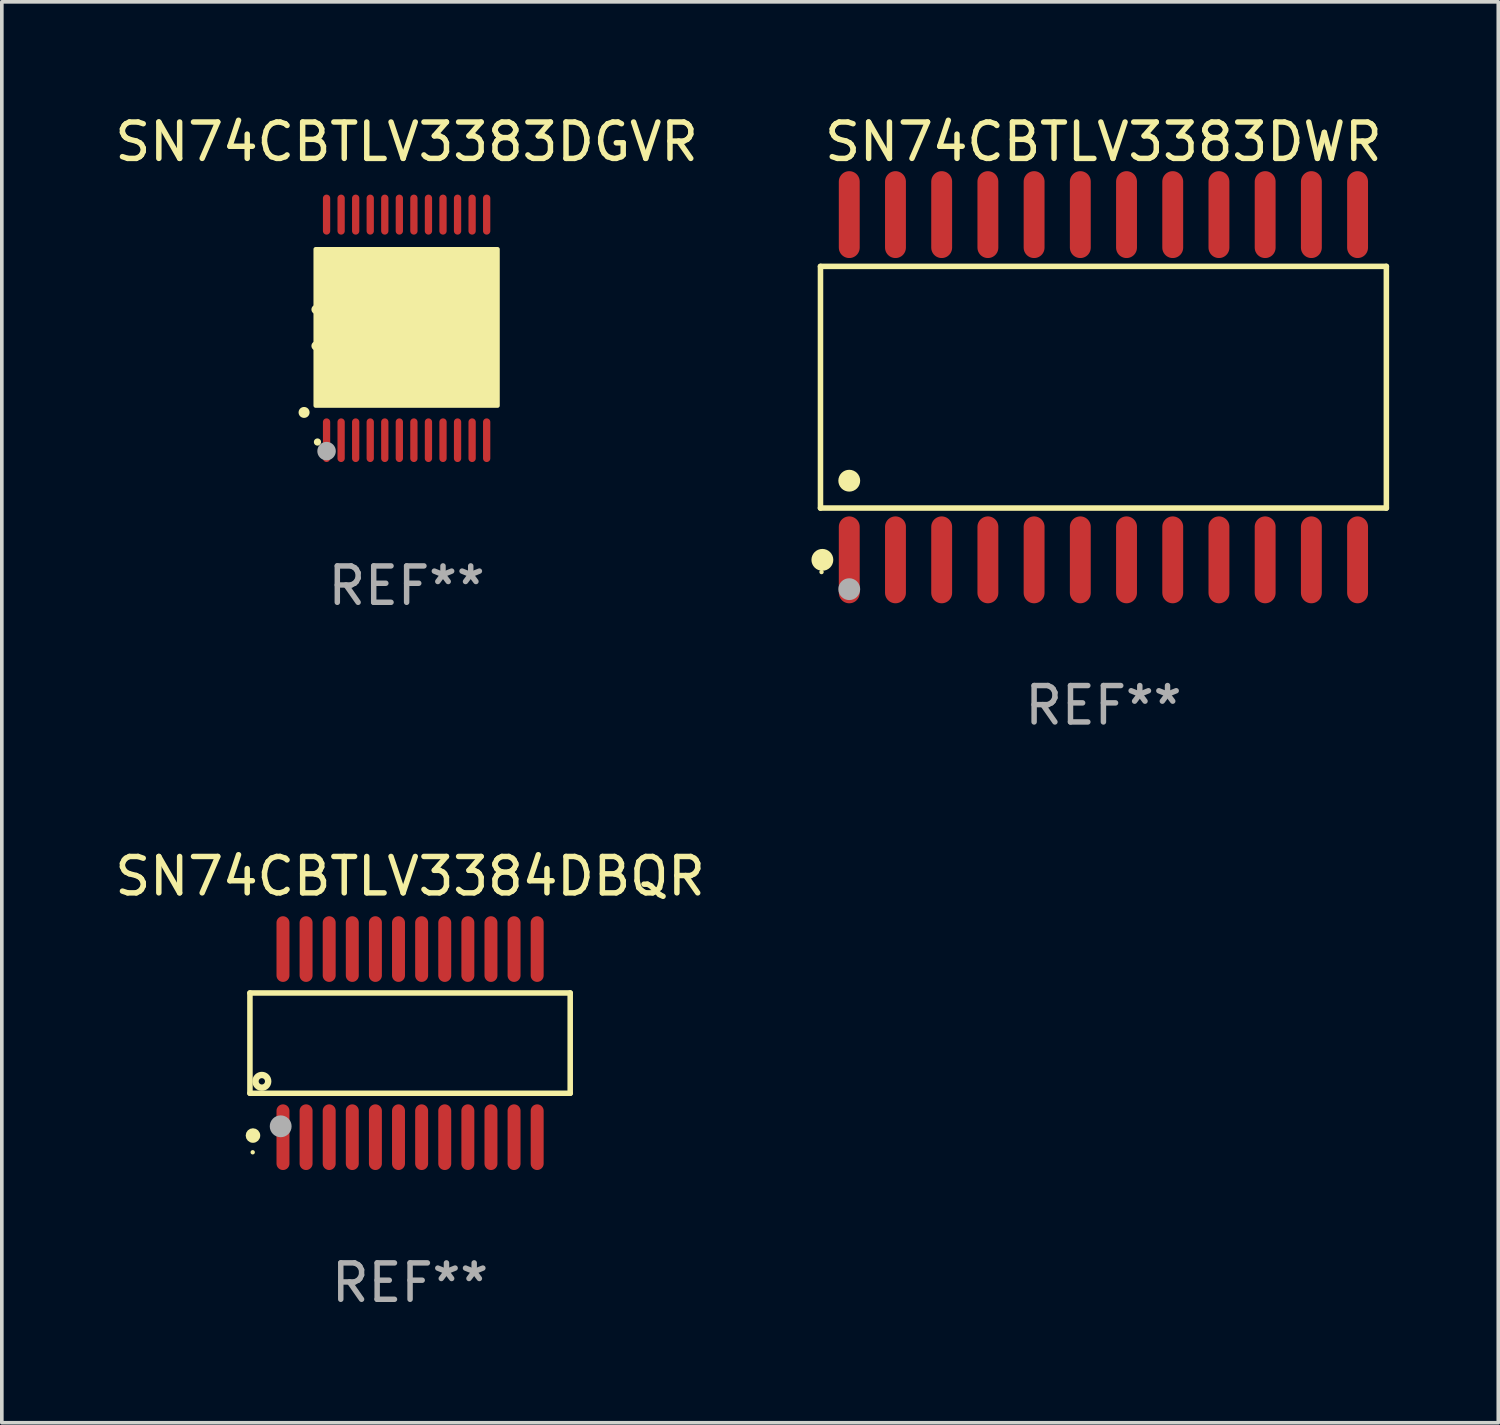
<source format=kicad_pcb>
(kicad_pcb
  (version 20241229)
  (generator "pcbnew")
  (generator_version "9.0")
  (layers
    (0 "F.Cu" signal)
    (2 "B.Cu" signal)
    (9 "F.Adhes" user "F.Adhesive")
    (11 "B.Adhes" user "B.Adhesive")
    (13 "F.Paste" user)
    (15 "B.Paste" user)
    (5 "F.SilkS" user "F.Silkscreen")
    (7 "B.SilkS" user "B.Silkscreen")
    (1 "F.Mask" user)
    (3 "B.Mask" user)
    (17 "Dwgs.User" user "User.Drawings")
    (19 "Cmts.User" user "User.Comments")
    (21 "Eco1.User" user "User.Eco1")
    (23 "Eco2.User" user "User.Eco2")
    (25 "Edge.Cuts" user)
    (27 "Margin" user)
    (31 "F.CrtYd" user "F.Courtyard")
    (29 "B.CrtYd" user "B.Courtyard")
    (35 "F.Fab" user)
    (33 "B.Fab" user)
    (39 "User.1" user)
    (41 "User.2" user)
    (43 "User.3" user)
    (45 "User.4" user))
  (footprint "SN74CBTLV3383DWR"
    (layer "F.Cu")
    (at 27.275 7.592)
    (property "Reference" "SN74CBTLV3383DWR" (at 0 -6.744 0) (layer "F.SilkS") (effects (font (size 1 1) (thickness 0.15))))
    (attr through_hole)
    (fp_line (start -7.776 -3.321) (end 7.776 -3.321) (stroke (width 0.152) (type solid)) (layer "F.SilkS"))
    (fp_line (start -7.776 3.321) (end -7.776 -3.321) (stroke (width 0.152) (type solid)) (layer "F.SilkS"))
    (fp_line (start 7.776 -3.321) (end 7.776 3.321) (stroke (width 0.152) (type solid)) (layer "F.SilkS"))
    (fp_line (start 7.776 3.321) (end -7.776 3.321) (stroke (width 0.152) (type solid)) (layer "F.SilkS"))
    (fp_circle (center -7.747 5.08) (end -7.717 5.08) (stroke (width 0.06) (type solid)) (fill no) (layer "F.SilkS"))
    (fp_circle (center -7.724 4.744) (end -7.574 4.744) (stroke (width 0.3) (type solid)) (fill no) (layer "F.SilkS"))
    (fp_circle (center -6.985 2.569) (end -6.835 2.569) (stroke (width 0.3) (type solid)) (fill no) (layer "F.SilkS"))
    (fp_circle (center -6.985 5.55) (end -6.835 5.55) (stroke (width 0.3) (type solid)) (fill no) (layer "F.Fab"))
    (fp_text user "REF**" (at 0 8.744 0) (layer "F.Fab") (effects (font (size 1 1) (thickness 0.15))))
    (pad "1" smd oval (at -6.985 4.744) (size 0.574 2.388) (layers "F.Cu" "F.Mask" "F.Paste"))
    (pad "2" smd oval (at -5.715 4.744) (size 0.574 2.388) (layers "F.Cu" "F.Mask" "F.Paste"))
    (pad "3" smd oval (at -4.445 4.744) (size 0.574 2.388) (layers "F.Cu" "F.Mask" "F.Paste"))
    (pad "4" smd oval (at -3.175 4.744) (size 0.574 2.388) (layers "F.Cu" "F.Mask" "F.Paste"))
    (pad "5" smd oval (at -1.905 4.744) (size 0.574 2.388) (layers "F.Cu" "F.Mask" "F.Paste"))
    (pad "6" smd oval (at -0.635 4.744) (size 0.574 2.388) (layers "F.Cu" "F.Mask" "F.Paste"))
    (pad "7" smd oval (at 0.635 4.744) (size 0.574 2.388) (layers "F.Cu" "F.Mask" "F.Paste"))
    (pad "8" smd oval (at 1.905 4.744) (size 0.574 2.388) (layers "F.Cu" "F.Mask" "F.Paste"))
    (pad "9" smd oval (at 3.175 4.744) (size 0.574 2.388) (layers "F.Cu" "F.Mask" "F.Paste"))
    (pad "10" smd oval (at 4.445 4.744) (size 0.574 2.388) (layers "F.Cu" "F.Mask" "F.Paste"))
    (pad "11" smd oval (at 5.715 4.744) (size 0.574 2.388) (layers "F.Cu" "F.Mask" "F.Paste"))
    (pad "12" smd oval (at 6.985 4.744) (size 0.574 2.388) (layers "F.Cu" "F.Mask" "F.Paste"))
    (pad "13" smd oval (at 6.985 -4.744) (size 0.574 2.388) (layers "F.Cu" "F.Mask" "F.Paste"))
    (pad "14" smd oval (at 5.715 -4.744) (size 0.574 2.388) (layers "F.Cu" "F.Mask" "F.Paste"))
    (pad "15" smd oval (at 4.445 -4.744) (size 0.574 2.388) (layers "F.Cu" "F.Mask" "F.Paste"))
    (pad "16" smd oval (at 3.175 -4.744) (size 0.574 2.388) (layers "F.Cu" "F.Mask" "F.Paste"))
    (pad "17" smd oval (at 1.905 -4.744) (size 0.574 2.388) (layers "F.Cu" "F.Mask" "F.Paste"))
    (pad "18" smd oval (at 0.635 -4.744) (size 0.574 2.388) (layers "F.Cu" "F.Mask" "F.Paste"))
    (pad "19" smd oval (at -0.635 -4.744) (size 0.574 2.388) (layers "F.Cu" "F.Mask" "F.Paste"))
    (pad "20" smd oval (at -1.905 -4.744) (size 0.574 2.388) (layers "F.Cu" "F.Mask" "F.Paste"))
    (pad "21" smd oval (at -3.175 -4.744) (size 0.574 2.388) (layers "F.Cu" "F.Mask" "F.Paste"))
    (pad "22" smd oval (at -4.445 -4.744) (size 0.574 2.388) (layers "F.Cu" "F.Mask" "F.Paste"))
    (pad "23" smd oval (at -5.715 -4.744) (size 0.574 2.388) (layers "F.Cu" "F.Mask" "F.Paste"))
    (pad "24" smd oval (at -6.985 -4.744) (size 0.574 2.388) (layers "F.Cu" "F.Mask" "F.Paste")))
  (footprint "SN74CBTLV3383DGVR"
    (layer "F.Cu")
    (at 8.125 5.948)
    (property "Reference" "SN74CBTLV3383DGVR" (at 0 -5.1 0) (layer "F.SilkS") (effects (font (size 1 1) (thickness 0.15))))
    (attr through_hole)
    (fp_arc (start -2.819355 2.336703) (mid -2.818085 2.336698) (end -2.816815 2.336703) (stroke (width 0.3) (type solid)) (layer "F.SilkS"))
    (fp_arc (start -2.489154 -0.492863) (mid -1.989154 0.007518) (end -2.489154 0.507899) (stroke (width 0.254001) (type solid)) (layer "F.SilkS"))
    (fp_circle (center -2.45 3.15) (end -2.4 3.15) (stroke (width 0.1) (type solid)) (fill no) (layer "F.SilkS"))
    (fp_poly (pts (xy -2.5 -2.15) (xy 2.5 -2.15) (xy 2.5 2.15) (xy -2.5 2.15)) (stroke (width 0.12) (type solid)) (fill yes) (layer "F.SilkS"))
    (fp_circle (center -2.2 3.4) (end -2.073 3.4) (stroke (width 0.254) (type solid)) (fill no) (layer "F.Fab"))
    (fp_text user "REF**" (at 0 7.1 0) (layer "F.Fab") (effects (font (size 1 1) (thickness 0.15))))
    (pad "1" smd oval (at -2.2 3.1 180) (size 0.2 1.2) (layers "F.Cu" "F.Mask" "F.Paste"))
    (pad "2" smd oval (at -1.8 3.1 180) (size 0.2 1.2) (layers "F.Cu" "F.Mask" "F.Paste"))
    (pad "3" smd oval (at -1.4 3.1 180) (size 0.2 1.2) (layers "F.Cu" "F.Mask" "F.Paste"))
    (pad "4" smd oval (at -1 3.1 180) (size 0.2 1.2) (layers "F.Cu" "F.Mask" "F.Paste"))
    (pad "5" smd oval (at -0.6 3.1 180) (size 0.2 1.2) (layers "F.Cu" "F.Mask" "F.Paste"))
    (pad "6" smd oval (at -0.2 3.1 180) (size 0.2 1.2) (layers "F.Cu" "F.Mask" "F.Paste"))
    (pad "7" smd oval (at 0.2 3.1 180) (size 0.2 1.2) (layers "F.Cu" "F.Mask" "F.Paste"))
    (pad "8" smd oval (at 0.6 3.1 180) (size 0.2 1.2) (layers "F.Cu" "F.Mask" "F.Paste"))
    (pad "9" smd oval (at 1 3.1 180) (size 0.2 1.2) (layers "F.Cu" "F.Mask" "F.Paste"))
    (pad "10" smd oval (at 1.4 3.1 180) (size 0.2 1.2) (layers "F.Cu" "F.Mask" "F.Paste"))
    (pad "11" smd oval (at 1.8 3.1 180) (size 0.2 1.2) (layers "F.Cu" "F.Mask" "F.Paste"))
    (pad "12" smd oval (at 2.2 3.1 180) (size 0.2 1.2) (layers "F.Cu" "F.Mask" "F.Paste"))
    (pad "13" smd oval (at 2.2 -3.1 180) (size 0.2 1.1) (layers "F.Cu" "F.Mask" "F.Paste"))
    (pad "14" smd oval (at 1.8 -3.1 180) (size 0.2 1.1) (layers "F.Cu" "F.Mask" "F.Paste"))
    (pad "15" smd oval (at 1.4 -3.1 180) (size 0.2 1.1) (layers "F.Cu" "F.Mask" "F.Paste"))
    (pad "16" smd oval (at 1 -3.1 180) (size 0.2 1.1) (layers "F.Cu" "F.Mask" "F.Paste"))
    (pad "17" smd oval (at 0.6 -3.1 180) (size 0.2 1.1) (layers "F.Cu" "F.Mask" "F.Paste"))
    (pad "18" smd oval (at 0.2 -3.1 180) (size 0.2 1.1) (layers "F.Cu" "F.Mask" "F.Paste"))
    (pad "19" smd oval (at -0.2 -3.1 180) (size 0.2 1.1) (layers "F.Cu" "F.Mask" "F.Paste"))
    (pad "20" smd oval (at -0.6 -3.1 180) (size 0.2 1.1) (layers "F.Cu" "F.Mask" "F.Paste"))
    (pad "21" smd oval (at -1 -3.1 180) (size 0.2 1.1) (layers "F.Cu" "F.Mask" "F.Paste"))
    (pad "22" smd oval (at -1.4 -3.1 180) (size 0.2 1.1) (layers "F.Cu" "F.Mask" "F.Paste"))
    (pad "23" smd oval (at -1.8 -3.1 180) (size 0.2 1.1) (layers "F.Cu" "F.Mask" "F.Paste"))
    (pad "24" smd oval (at -2.2 -3.1 180) (size 0.2 1.1) (layers "F.Cu" "F.Mask" "F.Paste")))
  (footprint "SN74CBTLV3384DBQR"
    (layer "F.Cu")
    (at 8.22 25.618)
    (property "Reference" "SN74CBTLV3384DBQR" (at 0 -4.585 0) (layer "F.SilkS") (effects (font (size 1 1) (thickness 0.15))))
    (attr through_hole)
    (fp_line (start -4.401 -1.378) (end 4.401 -1.378) (stroke (width 0.152) (type solid)) (layer "F.SilkS"))
    (fp_line (start -4.401 1.378) (end -4.401 -1.378) (stroke (width 0.152) (type solid)) (layer "F.SilkS"))
    (fp_line (start 4.401 -1.378) (end 4.401 1.378) (stroke (width 0.152) (type solid)) (layer "F.SilkS"))
    (fp_line (start 4.401 1.378) (end -4.401 1.378) (stroke (width 0.152) (type solid)) (layer "F.SilkS"))
    (fp_circle (center -4.325 3) (end -4.295 3) (stroke (width 0.06) (type solid)) (fill no) (layer "F.SilkS"))
    (fp_circle (center -4.318 2.54) (end -4.218 2.54) (stroke (width 0.2) (type solid)) (fill no) (layer "F.SilkS"))
    (fp_circle (center -4.074 1.05) (end -3.987 1.05) (stroke (width 0.175) (type solid)) (fill no) (layer "F.SilkS"))
    (fp_circle (center -3.556 2.286) (end -3.406 2.286) (stroke (width 0.3) (type solid)) (fill no) (layer "F.Fab"))
    (fp_text user "REF**" (at 0 6.585 0) (layer "F.Fab") (effects (font (size 1 1) (thickness 0.15))))
    (pad "1" smd oval (at -3.493 2.585) (size 0.356 1.805) (layers "F.Cu" "F.Mask" "F.Paste"))
    (pad "2" smd oval (at -2.858 2.585) (size 0.356 1.805) (layers "F.Cu" "F.Mask" "F.Paste"))
    (pad "3" smd oval (at -2.223 2.585) (size 0.356 1.805) (layers "F.Cu" "F.Mask" "F.Paste"))
    (pad "4" smd oval (at -1.588 2.585) (size 0.356 1.805) (layers "F.Cu" "F.Mask" "F.Paste"))
    (pad "5" smd oval (at -0.953 2.585) (size 0.356 1.805) (layers "F.Cu" "F.Mask" "F.Paste"))
    (pad "6" smd oval (at -0.318 2.585) (size 0.356 1.805) (layers "F.Cu" "F.Mask" "F.Paste"))
    (pad "7" smd oval (at 0.318 2.585) (size 0.356 1.805) (layers "F.Cu" "F.Mask" "F.Paste"))
    (pad "8" smd oval (at 0.953 2.585) (size 0.356 1.805) (layers "F.Cu" "F.Mask" "F.Paste"))
    (pad "9" smd oval (at 1.588 2.585) (size 0.356 1.805) (layers "F.Cu" "F.Mask" "F.Paste"))
    (pad "10" smd oval (at 2.223 2.585) (size 0.356 1.805) (layers "F.Cu" "F.Mask" "F.Paste"))
    (pad "11" smd oval (at 2.858 2.585) (size 0.356 1.805) (layers "F.Cu" "F.Mask" "F.Paste"))
    (pad "12" smd oval (at 3.493 2.585) (size 0.356 1.805) (layers "F.Cu" "F.Mask" "F.Paste"))
    (pad "13" smd oval (at 3.493 -2.585) (size 0.356 1.805) (layers "F.Cu" "F.Mask" "F.Paste"))
    (pad "14" smd oval (at 2.858 -2.585) (size 0.356 1.805) (layers "F.Cu" "F.Mask" "F.Paste"))
    (pad "15" smd oval (at 2.223 -2.585) (size 0.356 1.805) (layers "F.Cu" "F.Mask" "F.Paste"))
    (pad "16" smd oval (at 1.588 -2.585) (size 0.356 1.805) (layers "F.Cu" "F.Mask" "F.Paste"))
    (pad "17" smd oval (at 0.953 -2.585) (size 0.356 1.805) (layers "F.Cu" "F.Mask" "F.Paste"))
    (pad "18" smd oval (at 0.318 -2.585) (size 0.356 1.805) (layers "F.Cu" "F.Mask" "F.Paste"))
    (pad "19" smd oval (at -0.318 -2.585) (size 0.356 1.805) (layers "F.Cu" "F.Mask" "F.Paste"))
    (pad "20" smd oval (at -0.953 -2.585) (size 0.356 1.805) (layers "F.Cu" "F.Mask" "F.Paste"))
    (pad "21" smd oval (at -1.588 -2.585) (size 0.356 1.805) (layers "F.Cu" "F.Mask" "F.Paste"))
    (pad "22" smd oval (at -2.223 -2.585) (size 0.356 1.805) (layers "F.Cu" "F.Mask" "F.Paste"))
    (pad "23" smd oval (at -2.858 -2.585) (size 0.356 1.805) (layers "F.Cu" "F.Mask" "F.Paste"))
    (pad "24" smd oval (at -3.493 -2.585) (size 0.356 1.805) (layers "F.Cu" "F.Mask" "F.Paste")))
  (gr_rect
    (start -3 -3)
    (end 38.127 36.051)
    (stroke (width 0.1) (type default))
    (fill no)
    (layer "Edge.Cuts")))
</source>
